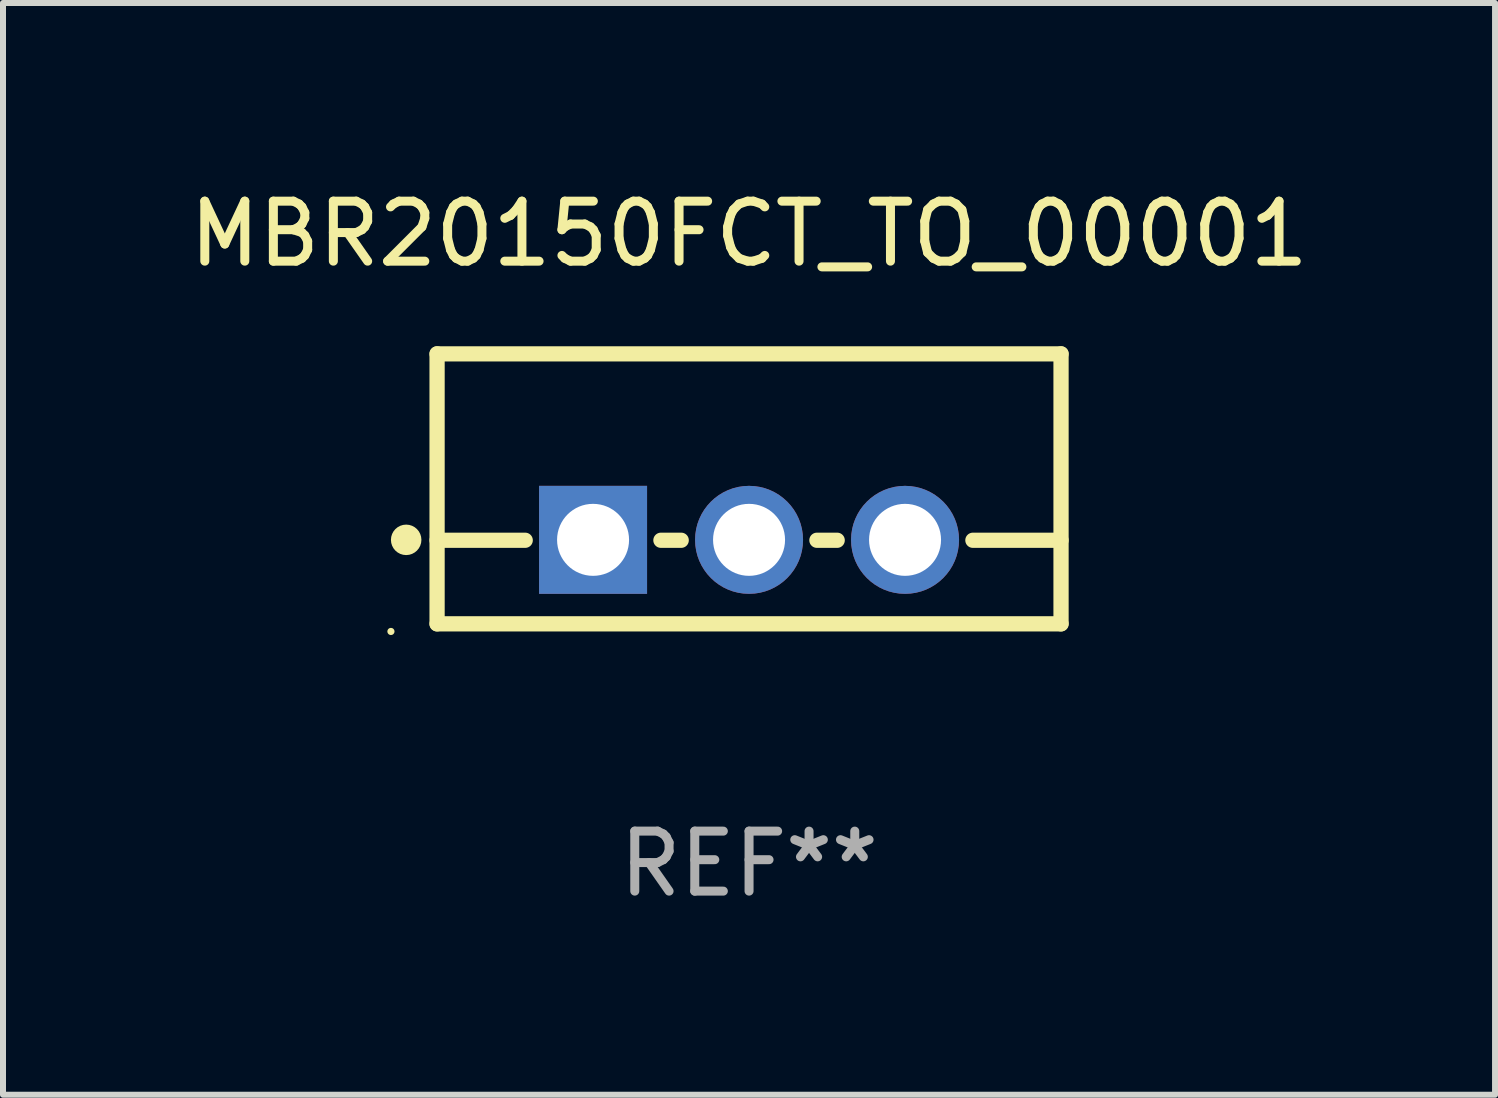
<source format=kicad_pcb>
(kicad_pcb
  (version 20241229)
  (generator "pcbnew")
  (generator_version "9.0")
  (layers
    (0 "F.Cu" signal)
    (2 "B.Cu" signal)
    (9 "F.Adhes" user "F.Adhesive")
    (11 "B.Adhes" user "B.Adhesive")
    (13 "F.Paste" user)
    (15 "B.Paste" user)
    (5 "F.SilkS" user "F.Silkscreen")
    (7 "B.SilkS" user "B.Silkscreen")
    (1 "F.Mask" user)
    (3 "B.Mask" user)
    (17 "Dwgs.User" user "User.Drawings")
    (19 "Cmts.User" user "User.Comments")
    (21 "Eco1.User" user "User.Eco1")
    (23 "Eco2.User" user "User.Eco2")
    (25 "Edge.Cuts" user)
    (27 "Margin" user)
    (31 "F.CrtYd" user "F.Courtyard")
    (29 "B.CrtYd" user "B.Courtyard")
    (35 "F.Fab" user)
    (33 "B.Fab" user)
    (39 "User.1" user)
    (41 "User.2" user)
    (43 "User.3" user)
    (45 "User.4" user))
  (footprint "MBR20150FCT_TO_00001"
    (layer "F.Cu")
    (at 9.435 5.098)
    (property "Reference" "MBR20150FCT_TO_00001" (at 0 -4.25 0) (layer "F.SilkS") (effects (font (size 1 1) (thickness 0.15))))
    (attr through_hole)
    (fp_line (start -5.2 -2.25) (end -5.2 2.25) (stroke (width 0.254) (type solid)) (layer "F.SilkS"))
    (fp_line (start -5.2 -2.25) (end 5.2 -2.25) (stroke (width 0.254) (type solid)) (layer "F.SilkS"))
    (fp_line (start -5.2 0.857) (end -3.731 0.857) (stroke (width 0.254) (type solid)) (layer "F.SilkS"))
    (fp_line (start -5.2 2.25) (end 5.2 2.25) (stroke (width 0.254) (type solid)) (layer "F.SilkS"))
    (fp_line (start -1.469 0.857) (end -1.131 0.857) (stroke (width 0.254) (type solid)) (layer "F.SilkS"))
    (fp_line (start 1.131 0.857) (end 1.469 0.857) (stroke (width 0.254) (type solid)) (layer "F.SilkS"))
    (fp_line (start 3.731 0.857) (end 5.2 0.857) (stroke (width 0.254) (type solid)) (layer "F.SilkS"))
    (fp_line (start 5.2 -2.25) (end 5.2 2.25) (stroke (width 0.254) (type solid)) (layer "F.SilkS"))
    (fp_circle (center -5.969 2.377) (end -5.939 2.377) (stroke (width 0.06) (type solid)) (fill no) (layer "F.SilkS"))
    (fp_circle (center -5.715 0.85) (end -5.588 0.85) (stroke (width 0.254) (type solid)) (fill no) (layer "F.SilkS"))
    (fp_text user "REF**" (at 0 6.25 0) (layer "F.Fab") (effects (font (size 1 1) (thickness 0.15))))
    (pad "1" thru_hole rect (at -2.6 0.85) (size 1.8 1.8) (drill 1.2) (layers "*.Cu" "*.Mask"))
    (pad "2" thru_hole circle (at 0 0.85) (size 1.8 1.8) (drill 1.2) (layers "*.Cu" "*.Mask"))
    (pad "3" thru_hole circle (at 2.6 0.85) (size 1.8 1.8) (drill 1.2) (layers "*.Cu" "*.Mask")))
  (gr_rect
    (start -3 -3)
    (end 21.869 15.197)
    (stroke (width 0.1) (type default))
    (fill no)
    (layer "Edge.Cuts")))
</source>
